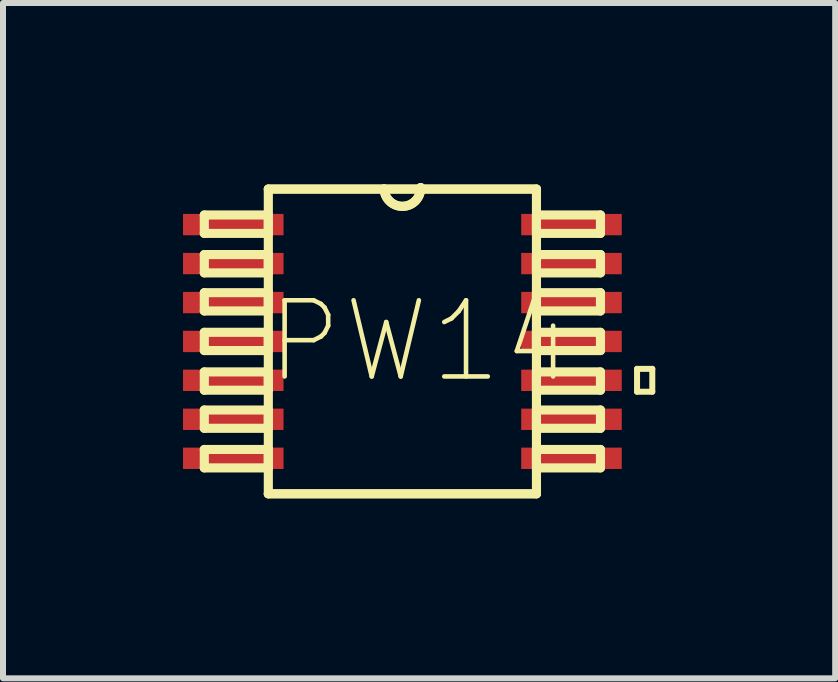
<source format=kicad_pcb>
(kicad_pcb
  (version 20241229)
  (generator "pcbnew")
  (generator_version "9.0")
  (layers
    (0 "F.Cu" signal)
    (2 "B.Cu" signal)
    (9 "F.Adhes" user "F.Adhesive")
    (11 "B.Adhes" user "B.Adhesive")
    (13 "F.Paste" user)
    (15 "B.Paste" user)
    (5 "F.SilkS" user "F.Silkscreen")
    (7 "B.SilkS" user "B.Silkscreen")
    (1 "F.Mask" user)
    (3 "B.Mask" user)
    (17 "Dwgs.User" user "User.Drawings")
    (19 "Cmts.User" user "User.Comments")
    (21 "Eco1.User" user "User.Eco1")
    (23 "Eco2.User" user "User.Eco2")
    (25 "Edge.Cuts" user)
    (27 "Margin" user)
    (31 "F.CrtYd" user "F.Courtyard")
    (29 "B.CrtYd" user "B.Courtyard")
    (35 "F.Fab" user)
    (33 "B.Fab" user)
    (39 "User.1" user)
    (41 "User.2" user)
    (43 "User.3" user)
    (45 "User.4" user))
  (footprint "PW14"
    (layer "F.Cu")
    (at 3.658 2.642)
    (property "Reference" "PW14" (at 0.305 0 0) (layer "F.SilkS") (effects (font (size 1.27 1.27) (thickness 0.076))))
    (attr smd)
    (fp_line (start -3.302 -2.108) (end -3.302 -1.801) (stroke (width 0.152) (type solid)) (layer "F.SilkS"))
    (fp_line (start -3.302 -1.801) (end -2.235 -1.801) (stroke (width 0.152) (type solid)) (layer "F.SilkS"))
    (fp_line (start -3.302 -1.448) (end -3.302 -1.143) (stroke (width 0.152) (type solid)) (layer "F.SilkS"))
    (fp_line (start -3.302 -1.143) (end -2.235 -1.143) (stroke (width 0.152) (type solid)) (layer "F.SilkS"))
    (fp_line (start -3.302 -0.813) (end -3.302 -0.508) (stroke (width 0.152) (type solid)) (layer "F.SilkS"))
    (fp_line (start -3.302 -0.508) (end -2.235 -0.508) (stroke (width 0.152) (type solid)) (layer "F.SilkS"))
    (fp_line (start -3.302 -0.152) (end -3.302 0.152) (stroke (width 0.152) (type solid)) (layer "F.SilkS"))
    (fp_line (start -3.302 0.152) (end -2.235 0.152) (stroke (width 0.152) (type solid)) (layer "F.SilkS"))
    (fp_line (start -3.302 0.508) (end -3.302 0.813) (stroke (width 0.152) (type solid)) (layer "F.SilkS"))
    (fp_line (start -3.302 0.813) (end -2.235 0.813) (stroke (width 0.152) (type solid)) (layer "F.SilkS"))
    (fp_line (start -3.302 1.143) (end -3.302 1.448) (stroke (width 0.152) (type solid)) (layer "F.SilkS"))
    (fp_line (start -3.302 1.448) (end -2.235 1.448) (stroke (width 0.152) (type solid)) (layer "F.SilkS"))
    (fp_line (start -3.302 1.801) (end -3.302 2.108) (stroke (width 0.152) (type solid)) (layer "F.SilkS"))
    (fp_line (start -3.302 2.108) (end -2.235 2.108) (stroke (width 0.152) (type solid)) (layer "F.SilkS"))
    (fp_line (start -2.235 -2.54) (end -2.235 2.54) (stroke (width 0.152) (type solid)) (layer "F.SilkS"))
    (fp_line (start -2.235 -2.108) (end -3.302 -2.108) (stroke (width 0.152) (type solid)) (layer "F.SilkS"))
    (fp_line (start -2.235 -1.801) (end -2.235 -2.108) (stroke (width 0.152) (type solid)) (layer "F.SilkS"))
    (fp_line (start -2.235 -1.448) (end -3.302 -1.448) (stroke (width 0.152) (type solid)) (layer "F.SilkS"))
    (fp_line (start -2.235 -1.143) (end -2.235 -1.448) (stroke (width 0.152) (type solid)) (layer "F.SilkS"))
    (fp_line (start -2.235 -0.813) (end -3.302 -0.813) (stroke (width 0.152) (type solid)) (layer "F.SilkS"))
    (fp_line (start -2.235 -0.508) (end -2.235 -0.813) (stroke (width 0.152) (type solid)) (layer "F.SilkS"))
    (fp_line (start -2.235 -0.152) (end -3.302 -0.152) (stroke (width 0.152) (type solid)) (layer "F.SilkS"))
    (fp_line (start -2.235 0.152) (end -2.235 -0.152) (stroke (width 0.152) (type solid)) (layer "F.SilkS"))
    (fp_line (start -2.235 0.508) (end -3.302 0.508) (stroke (width 0.152) (type solid)) (layer "F.SilkS"))
    (fp_line (start -2.235 0.813) (end -2.235 0.508) (stroke (width 0.152) (type solid)) (layer "F.SilkS"))
    (fp_line (start -2.235 1.143) (end -3.302 1.143) (stroke (width 0.152) (type solid)) (layer "F.SilkS"))
    (fp_line (start -2.235 1.448) (end -2.235 1.143) (stroke (width 0.152) (type solid)) (layer "F.SilkS"))
    (fp_line (start -2.235 1.801) (end -3.302 1.801) (stroke (width 0.152) (type solid)) (layer "F.SilkS"))
    (fp_line (start -2.235 2.108) (end -2.235 1.801) (stroke (width 0.152) (type solid)) (layer "F.SilkS"))
    (fp_line (start -2.235 2.54) (end 2.235 2.54) (stroke (width 0.152) (type solid)) (layer "F.SilkS"))
    (fp_line (start -2.235 2.54) (end 2.235 2.54) (stroke (width 0.152) (type solid)) (layer "F.SilkS"))
    (fp_line (start -0.305 -2.54) (end -2.235 -2.54) (stroke (width 0.152) (type solid)) (layer "F.SilkS"))
    (fp_line (start -0.305 -2.54) (end -2.235 -2.54) (stroke (width 0.152) (type solid)) (layer "F.SilkS"))
    (fp_line (start 2.235 -2.54) (end -0.305 -2.54) (stroke (width 0.152) (type solid)) (layer "F.SilkS"))
    (fp_line (start 2.235 -2.54) (end -0.305 -2.54) (stroke (width 0.152) (type solid)) (layer "F.SilkS"))
    (fp_line (start 2.235 -2.108) (end 2.235 -1.801) (stroke (width 0.152) (type solid)) (layer "F.SilkS"))
    (fp_line (start 2.235 -1.801) (end 3.302 -1.801) (stroke (width 0.152) (type solid)) (layer "F.SilkS"))
    (fp_line (start 2.235 -1.448) (end 2.235 -1.143) (stroke (width 0.152) (type solid)) (layer "F.SilkS"))
    (fp_line (start 2.235 -1.143) (end 3.302 -1.143) (stroke (width 0.152) (type solid)) (layer "F.SilkS"))
    (fp_line (start 2.235 -0.813) (end 2.235 -0.508) (stroke (width 0.152) (type solid)) (layer "F.SilkS"))
    (fp_line (start 2.235 -0.508) (end 3.302 -0.508) (stroke (width 0.152) (type solid)) (layer "F.SilkS"))
    (fp_line (start 2.235 -0.152) (end 2.235 0.152) (stroke (width 0.152) (type solid)) (layer "F.SilkS"))
    (fp_line (start 2.235 0.152) (end 3.302 0.152) (stroke (width 0.152) (type solid)) (layer "F.SilkS"))
    (fp_line (start 2.235 0.508) (end 2.235 0.813) (stroke (width 0.152) (type solid)) (layer "F.SilkS"))
    (fp_line (start 2.235 0.813) (end 3.302 0.813) (stroke (width 0.152) (type solid)) (layer "F.SilkS"))
    (fp_line (start 2.235 1.143) (end 2.235 1.448) (stroke (width 0.152) (type solid)) (layer "F.SilkS"))
    (fp_line (start 2.235 1.448) (end 3.302 1.448) (stroke (width 0.152) (type solid)) (layer "F.SilkS"))
    (fp_line (start 2.235 1.801) (end 2.235 2.108) (stroke (width 0.152) (type solid)) (layer "F.SilkS"))
    (fp_line (start 2.235 2.108) (end 3.302 2.108) (stroke (width 0.152) (type solid)) (layer "F.SilkS"))
    (fp_line (start 2.235 2.54) (end 2.235 -2.54) (stroke (width 0.152) (type solid)) (layer "F.SilkS"))
    (fp_line (start 3.302 -2.108) (end 2.235 -2.108) (stroke (width 0.152) (type solid)) (layer "F.SilkS"))
    (fp_line (start 3.302 -1.801) (end 3.302 -2.108) (stroke (width 0.152) (type solid)) (layer "F.SilkS"))
    (fp_line (start 3.302 -1.448) (end 2.235 -1.448) (stroke (width 0.152) (type solid)) (layer "F.SilkS"))
    (fp_line (start 3.302 -1.143) (end 3.302 -1.448) (stroke (width 0.152) (type solid)) (layer "F.SilkS"))
    (fp_line (start 3.302 -0.813) (end 2.235 -0.813) (stroke (width 0.152) (type solid)) (layer "F.SilkS"))
    (fp_line (start 3.302 -0.508) (end 3.302 -0.813) (stroke (width 0.152) (type solid)) (layer "F.SilkS"))
    (fp_line (start 3.302 -0.152) (end 2.235 -0.152) (stroke (width 0.152) (type solid)) (layer "F.SilkS"))
    (fp_line (start 3.302 0.152) (end 3.302 -0.152) (stroke (width 0.152) (type solid)) (layer "F.SilkS"))
    (fp_line (start 3.302 0.508) (end 2.235 0.508) (stroke (width 0.152) (type solid)) (layer "F.SilkS"))
    (fp_line (start 3.302 0.813) (end 3.302 0.508) (stroke (width 0.152) (type solid)) (layer "F.SilkS"))
    (fp_line (start 3.302 1.143) (end 2.235 1.143) (stroke (width 0.152) (type solid)) (layer "F.SilkS"))
    (fp_line (start 3.302 1.448) (end 3.302 1.143) (stroke (width 0.152) (type solid)) (layer "F.SilkS"))
    (fp_line (start 3.302 1.801) (end 2.235 1.801) (stroke (width 0.152) (type solid)) (layer "F.SilkS"))
    (fp_line (start 3.302 2.108) (end 3.302 1.801) (stroke (width 0.152) (type solid)) (layer "F.SilkS"))
    (fp_line (start 3.912 0.457) (end 4.166 0.457) (stroke (width 0.1) (type solid)) (layer "F.SilkS"))
    (fp_line (start 3.912 0.838) (end 3.912 0.457) (stroke (width 0.1) (type solid)) (layer "F.SilkS"))
    (fp_line (start 4.166 0.457) (end 4.166 0.838) (stroke (width 0.1) (type solid)) (layer "F.SilkS"))
    (fp_line (start 4.166 0.838) (end 3.912 0.838) (stroke (width 0.1) (type solid)) (layer "F.SilkS"))
    (fp_arc (start 0.3048 -2.5654) (mid 0.0127 -2.2479) (end -0.3048 -2.54) (stroke (width 0.1524) (type solid)) (layer "F.SilkS"))
    (fp_arc (start 0.3048 -2.5654) (mid 0.0127 -2.2479) (end -0.3048 -2.54) (stroke (width 0.1524) (type solid)) (layer "F.SilkS"))
    (pad "1" smd rect (at -2.819 -1.948) (size 1.676 0.356) (layers "F.Cu" "F.Mask" "F.Paste"))
    (pad "2" smd rect (at -2.819 -1.298) (size 1.676 0.356) (layers "F.Cu" "F.Mask" "F.Paste"))
    (pad "3" smd rect (at -2.819 -0.648) (size 1.676 0.356) (layers "F.Cu" "F.Mask" "F.Paste"))
    (pad "4" smd rect (at -2.819 0) (size 1.676 0.356) (layers "F.Cu" "F.Mask" "F.Paste"))
    (pad "5" smd rect (at -2.819 0.648) (size 1.676 0.356) (layers "F.Cu" "F.Mask" "F.Paste"))
    (pad "6" smd rect (at -2.819 1.298) (size 1.676 0.356) (layers "F.Cu" "F.Mask" "F.Paste"))
    (pad "7" smd rect (at -2.819 1.948) (size 1.676 0.356) (layers "F.Cu" "F.Mask" "F.Paste"))
    (pad "8" smd rect (at 2.819 1.948) (size 1.676 0.356) (layers "F.Cu" "F.Mask" "F.Paste"))
    (pad "9" smd rect (at 2.819 1.298) (size 1.676 0.356) (layers "F.Cu" "F.Mask" "F.Paste"))
    (pad "10" smd rect (at 2.819 0.648) (size 1.676 0.356) (layers "F.Cu" "F.Mask" "F.Paste"))
    (pad "11" smd rect (at 2.819 0) (size 1.676 0.356) (layers "F.Cu" "F.Mask" "F.Paste"))
    (pad "12" smd rect (at 2.819 -0.648) (size 1.676 0.356) (layers "F.Cu" "F.Mask" "F.Paste"))
    (pad "13" smd rect (at 2.819 -1.298) (size 1.676 0.356) (layers "F.Cu" "F.Mask" "F.Paste"))
    (pad "14" smd rect (at 2.819 -1.948) (size 1.676 0.356) (layers "F.Cu" "F.Mask" "F.Paste")))
  (gr_rect
    (start -3 -3)
    (end 10.873 8.258)
    (stroke (width 0.1) (type default))
    (fill no)
    (layer "Edge.Cuts")))
</source>
